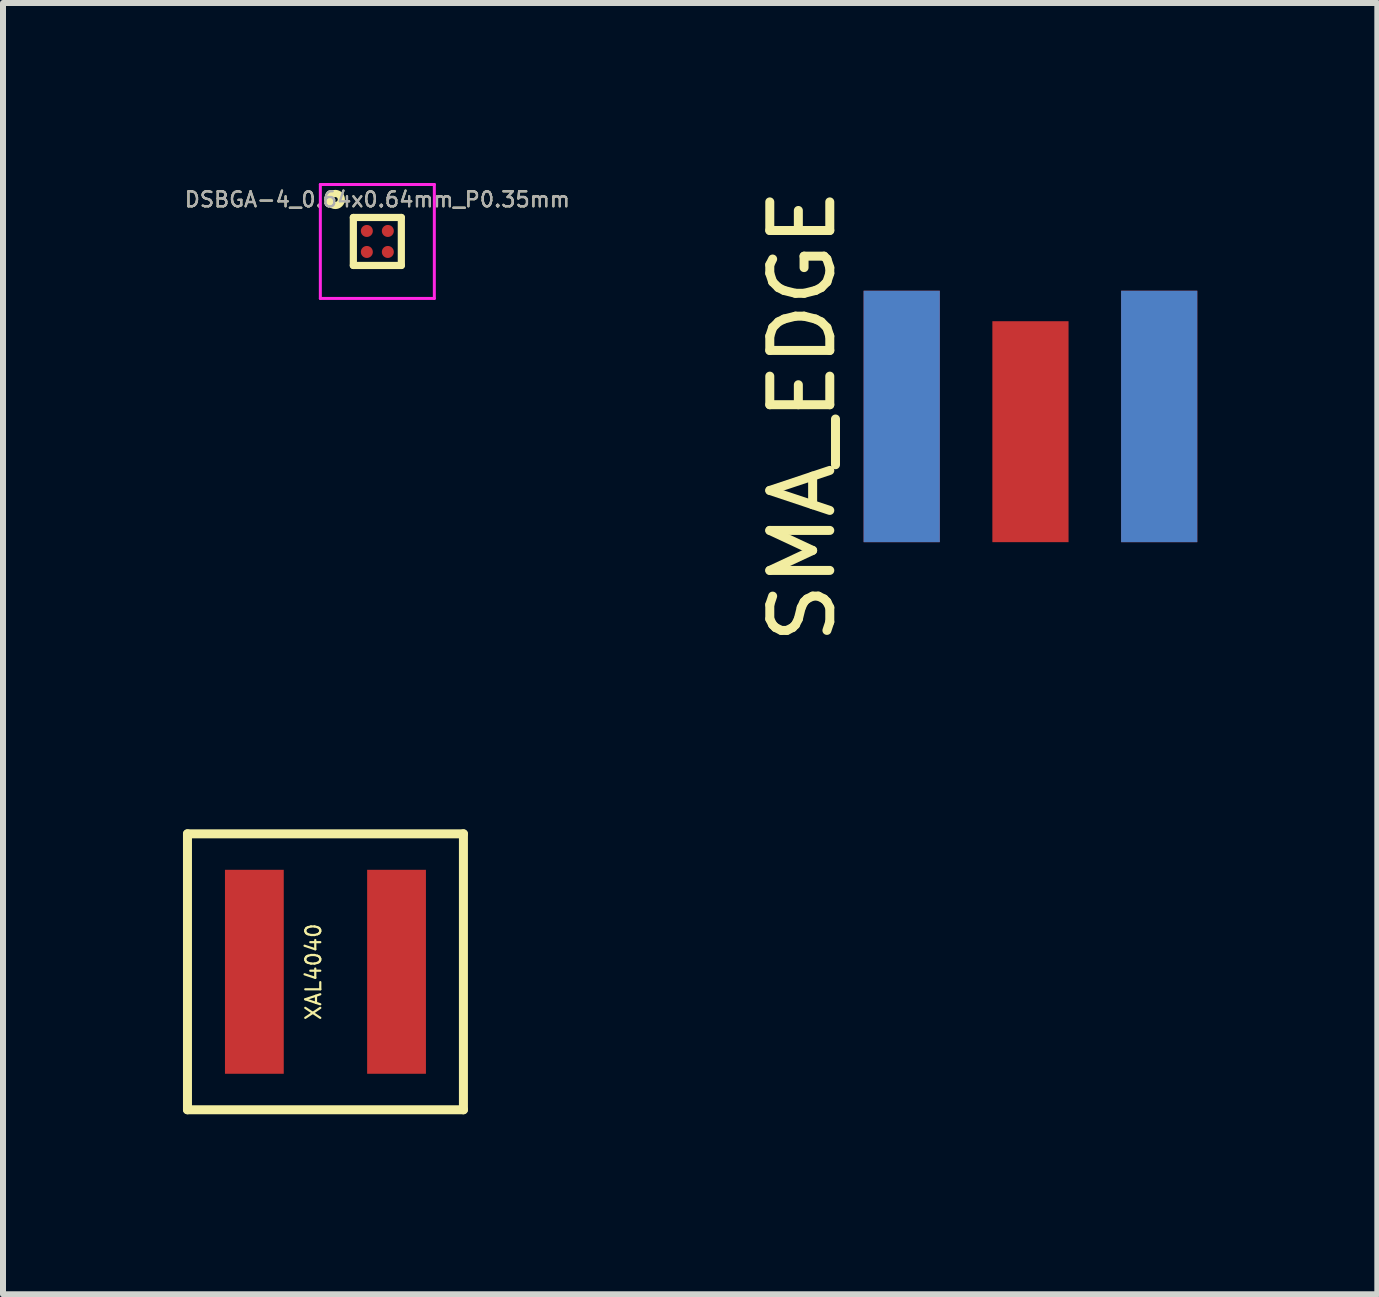
<source format=kicad_pcb>
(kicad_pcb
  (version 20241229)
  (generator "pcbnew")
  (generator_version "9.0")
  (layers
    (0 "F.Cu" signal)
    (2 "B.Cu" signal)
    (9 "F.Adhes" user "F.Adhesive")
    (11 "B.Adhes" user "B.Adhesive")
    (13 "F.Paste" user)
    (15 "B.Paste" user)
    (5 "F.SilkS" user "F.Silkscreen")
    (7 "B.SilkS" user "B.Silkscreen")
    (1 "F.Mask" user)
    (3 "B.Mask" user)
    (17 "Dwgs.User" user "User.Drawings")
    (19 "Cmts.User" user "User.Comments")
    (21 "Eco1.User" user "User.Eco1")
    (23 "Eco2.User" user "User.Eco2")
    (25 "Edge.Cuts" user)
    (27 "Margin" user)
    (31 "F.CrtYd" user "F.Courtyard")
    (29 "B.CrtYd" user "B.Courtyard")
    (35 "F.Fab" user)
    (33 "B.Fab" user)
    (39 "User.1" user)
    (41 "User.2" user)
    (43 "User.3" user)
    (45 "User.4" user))
  (footprint "DSBGA-4_0.64x0.64mm_P0.35mm"
    (layer "F.Cu")
    (at 3.24 0.975)
    (property "Reference" "DSBGA-4_0.64x0.64mm_P0.35mm" (at 0 -0.7 0) (layer "F.SilkS") (effects (font (size 0.25 0.25) (thickness 0.037))))
    (attr smd)
    (fp_line (start -0.4 -0.4) (end 0.4 -0.4) (stroke (width 0.12) (type solid)) (layer "F.SilkS"))
    (fp_line (start -0.4 0.4) (end -0.4 -0.4) (stroke (width 0.12) (type solid)) (layer "F.SilkS"))
    (fp_line (start 0.4 -0.4) (end 0.4 0.4) (stroke (width 0.12) (type solid)) (layer "F.SilkS"))
    (fp_line (start 0.4 0.4) (end -0.4 0.4) (stroke (width 0.12) (type solid)) (layer "F.SilkS"))
    (fp_circle (center -0.7 -0.7) (end -0.6 -0.7) (stroke (width 0.12) (type solid)) (fill no) (layer "F.SilkS"))
    (fp_line (start -0.95 -0.95) (end 0.95 -0.95) (stroke (width 0.05) (type solid)) (layer "F.CrtYd"))
    (fp_line (start -0.95 0.95) (end -0.95 -0.95) (stroke (width 0.05) (type solid)) (layer "F.CrtYd"))
    (fp_line (start 0.95 -0.95) (end 0.95 0.95) (stroke (width 0.05) (type solid)) (layer "F.CrtYd"))
    (fp_line (start 0.95 0.95) (end -0.95 0.95) (stroke (width 0.05) (type solid)) (layer "F.CrtYd"))
    (fp_text user "${REFERENCE}" (at 0 -0.7 0) (layer "F.Fab") (effects (font (size 0.25 0.25) (thickness 0.037))))
    (pad "A1" smd circle (at -0.175 -0.175 90) (size 0.2 0.2) (layers "F.Cu" "F.Mask" "F.Paste"))
    (pad "A2" smd circle (at 0.175 -0.175 90) (size 0.2 0.2) (layers "F.Cu" "F.Mask" "F.Paste"))
    (pad "B1" smd circle (at -0.175 0.175) (size 0.2 0.2) (layers "F.Cu" "F.Mask" "F.Paste"))
    (pad "B2" smd circle (at 0.175 0.175 90) (size 0.2 0.2) (layers "F.Cu" "F.Mask" "F.Paste")))
  (footprint "SMA_EDGE"
    (layer "F.Cu")
    (at 14.127 5.987)
    (property "Reference" "SMA_EDGE" (at -3.8 -2.1 90) (layer "F.SilkS") (effects (font (size 1 1) (thickness 0.15))))
    (attr through_hole)
    (pad "1" smd rect (at 0 -1.841) (size 1.27 3.683) (layers "F.Cu" "F.Mask" "F.Paste"))
    (pad "2" smd rect (at -2.146 -2.095) (size 1.27 4.191) (layers "F.Cu" "F.Mask" "F.Paste"))
    (pad "2" smd rect (at -2.146 -2.095) (size 1.27 4.191) (layers "B.Cu" "B.Mask" "B.Paste"))
    (pad "2" smd rect (at 2.146 -2.095) (size 1.27 4.191) (layers "F.Cu" "F.Mask" "F.Paste"))
    (pad "2" smd rect (at 2.146 -2.095) (size 1.27 4.191) (layers "B.Cu" "B.Mask" "B.Paste")))
  (footprint "XAL4040"
    (layer "F.Cu")
    (at 2.375 13.149)
    (property "Reference" "XAL4040" (at -0.2 0 90) (layer "F.SilkS") (effects (font (size 0.25 0.25) (thickness 0.037))))
    (attr through_hole)
    (fp_line (start -2.3 -2.3) (end -2.3 2.3) (stroke (width 0.15) (type solid)) (layer "F.SilkS"))
    (fp_line (start -2.3 2.3) (end 2.3 2.3) (stroke (width 0.15) (type solid)) (layer "F.SilkS"))
    (fp_line (start 2.3 -2.3) (end -2.3 -2.3) (stroke (width 0.15) (type solid)) (layer "F.SilkS"))
    (fp_line (start 2.3 2.3) (end 2.3 -2.3) (stroke (width 0.15) (type solid)) (layer "F.SilkS"))
    (pad "1" smd rect (at -1.185 0) (size 0.98 3.4) (layers "F.Cu" "F.Mask" "F.Paste"))
    (pad "2" smd rect (at 1.185 0) (size 0.98 3.4) (layers "F.Cu" "F.Mask" "F.Paste")))
  (gr_rect
    (start -3 -3)
    (end 19.909 18.524)
    (stroke (width 0.1) (type default))
    (fill no)
    (layer "Edge.Cuts")))
</source>
